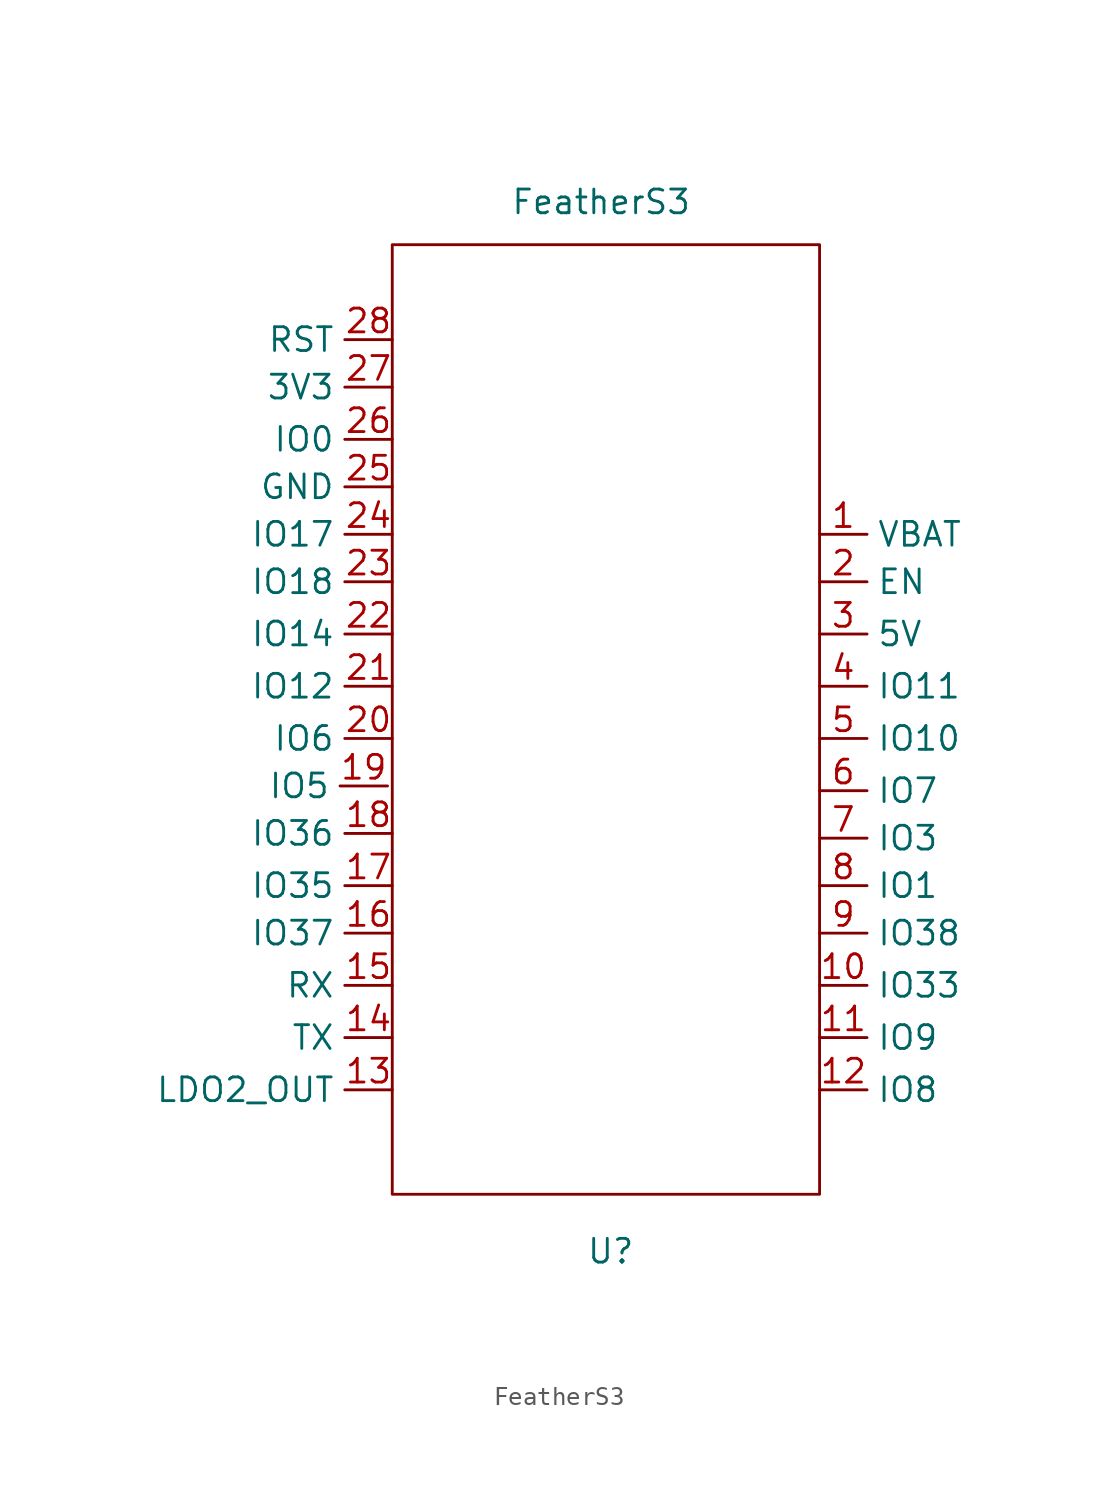
<source format=kicad_sym>
(kicad_symbol_lib
  (version 20211014)
  (generator kicad_symbol_editor)
  (symbol "FeatherS3"
    (property "Reference" "U"
      (at 0 -34.29 0)
      (effects (font (size 1.27 1.27))))
    (property "Value" "FeatherS3"
      (at -0.508 21.844 0)
      (effects (font (size 1.27 1.27))))
    (symbol "FeatherS3_0_1"
      (rectangle (start -11.684 19.558) (end 11.176 -31.242) (stroke (width 0.152) (type default) (color 0 0 0 0)) (fill (type none))))
    (symbol "FeatherS3_1_1"
      (pin power_in line (at 11.176 4.064 0) (length 2.54) (name "VBAT" (effects (font (size 1.27 1.27)))) (number "1" (effects (font (size 1.27 1.27)))))
      (pin bidirectional line (at 11.176 -20.066 0) (length 2.54) (name "IO33" (effects (font (size 1.27 1.27)))) (number "10" (effects (font (size 1.27 1.27)))))
      (pin bidirectional line (at 11.176 -22.86 0) (length 2.54) (name "IO9" (effects (font (size 1.27 1.27)))) (number "11" (effects (font (size 1.27 1.27)))))
      (pin bidirectional line (at 11.176 -25.654 0) (length 2.54) (name "IO8" (effects (font (size 1.27 1.27)))) (number "12" (effects (font (size 1.27 1.27)))))
      (pin power_out line (at -11.684 -25.654 180) (length 2.54) (name "LDO2_OUT" (effects (font (size 1.27 1.27)))) (number "13" (effects (font (size 1.27 1.27)))))
      (pin bidirectional line (at -11.684 -22.86 180) (length 2.54) (name "TX" (effects (font (size 1.27 1.27)))) (number "14" (effects (font (size 1.27 1.27)))))
      (pin bidirectional line (at -11.684 -20.066 180) (length 2.54) (name "RX" (effects (font (size 1.27 1.27)))) (number "15" (effects (font (size 1.27 1.27)))))
      (pin bidirectional line (at -11.684 -17.272 180) (length 2.54) (name "IO37" (effects (font (size 1.27 1.27)))) (number "16" (effects (font (size 1.27 1.27)))))
      (pin bidirectional line (at -11.684 -14.732 180) (length 2.54) (name "IO35" (effects (font (size 1.27 1.27)))) (number "17" (effects (font (size 1.27 1.27)))))
      (pin bidirectional line (at -11.684 -11.938 180) (length 2.54) (name "IO36" (effects (font (size 1.27 1.27)))) (number "18" (effects (font (size 1.27 1.27)))))
      (pin bidirectional line (at -11.938 -9.398 180) (length 2.54) (name "IO5" (effects (font (size 1.27 1.27)))) (number "19" (effects (font (size 1.27 1.27)))))
      (pin input line (at 11.176 1.524 0) (length 2.54) (name "EN" (effects (font (size 1.27 1.27)))) (number "2" (effects (font (size 1.27 1.27)))))
      (pin bidirectional line (at -11.684 -6.858 180) (length 2.54) (name "IO6" (effects (font (size 1.27 1.27)))) (number "20" (effects (font (size 1.27 1.27)))))
      (pin bidirectional line (at -11.684 -4.064 180) (length 2.54) (name "IO12" (effects (font (size 1.27 1.27)))) (number "21" (effects (font (size 1.27 1.27)))))
      (pin bidirectional line (at -11.684 -1.27 180) (length 2.54) (name "IO14" (effects (font (size 1.27 1.27)))) (number "22" (effects (font (size 1.27 1.27)))))
      (pin bidirectional line (at -11.684 1.524 180) (length 2.54) (name "IO18" (effects (font (size 1.27 1.27)))) (number "23" (effects (font (size 1.27 1.27)))))
      (pin bidirectional line (at -11.684 4.064 180) (length 2.54) (name "IO17" (effects (font (size 1.27 1.27)))) (number "24" (effects (font (size 1.27 1.27)))))
      (pin power_in line (at -11.684 6.604 180) (length 2.54) (name "GND" (effects (font (size 1.27 1.27)))) (number "25" (effects (font (size 1.27 1.27)))))
      (pin bidirectional line (at -11.684 9.144 180) (length 2.54) (name "IO0" (effects (font (size 1.27 1.27)))) (number "26" (effects (font (size 1.27 1.27)))))
      (pin power_in line (at -11.684 11.938 180) (length 2.54) (name "3V3" (effects (font (size 1.27 1.27)))) (number "27" (effects (font (size 1.27 1.27)))))
      (pin input line (at -11.684 14.478 180) (length 2.54) (name "RST" (effects (font (size 1.27 1.27)))) (number "28" (effects (font (size 1.27 1.27)))))
      (pin power_in line (at 11.176 -1.27 0) (length 2.54) (name "5V" (effects (font (size 1.27 1.27)))) (number "3" (effects (font (size 1.27 1.27)))))
      (pin bidirectional line (at 11.176 -4.064 0) (length 2.54) (name "IO11" (effects (font (size 1.27 1.27)))) (number "4" (effects (font (size 1.27 1.27)))))
      (pin bidirectional line (at 11.176 -6.858 0) (length 2.54) (name "IO10" (effects (font (size 1.27 1.27)))) (number "5" (effects (font (size 1.27 1.27)))))
      (pin bidirectional line (at 11.176 -9.652 0) (length 2.54) (name "IO7" (effects (font (size 1.27 1.27)))) (number "6" (effects (font (size 1.27 1.27)))))
      (pin bidirectional line (at 11.176 -12.192 0) (length 2.54) (name "IO3" (effects (font (size 1.27 1.27)))) (number "7" (effects (font (size 1.27 1.27)))))
      (pin bidirectional line (at 11.176 -14.732 0) (length 2.54) (name "IO1" (effects (font (size 1.27 1.27)))) (number "8" (effects (font (size 1.27 1.27)))))
      (pin bidirectional line (at 11.176 -17.272 0) (length 2.54) (name "IO38" (effects (font (size 1.27 1.27)))) (number "9" (effects (font (size 1.27 1.27))))))))
</source>
